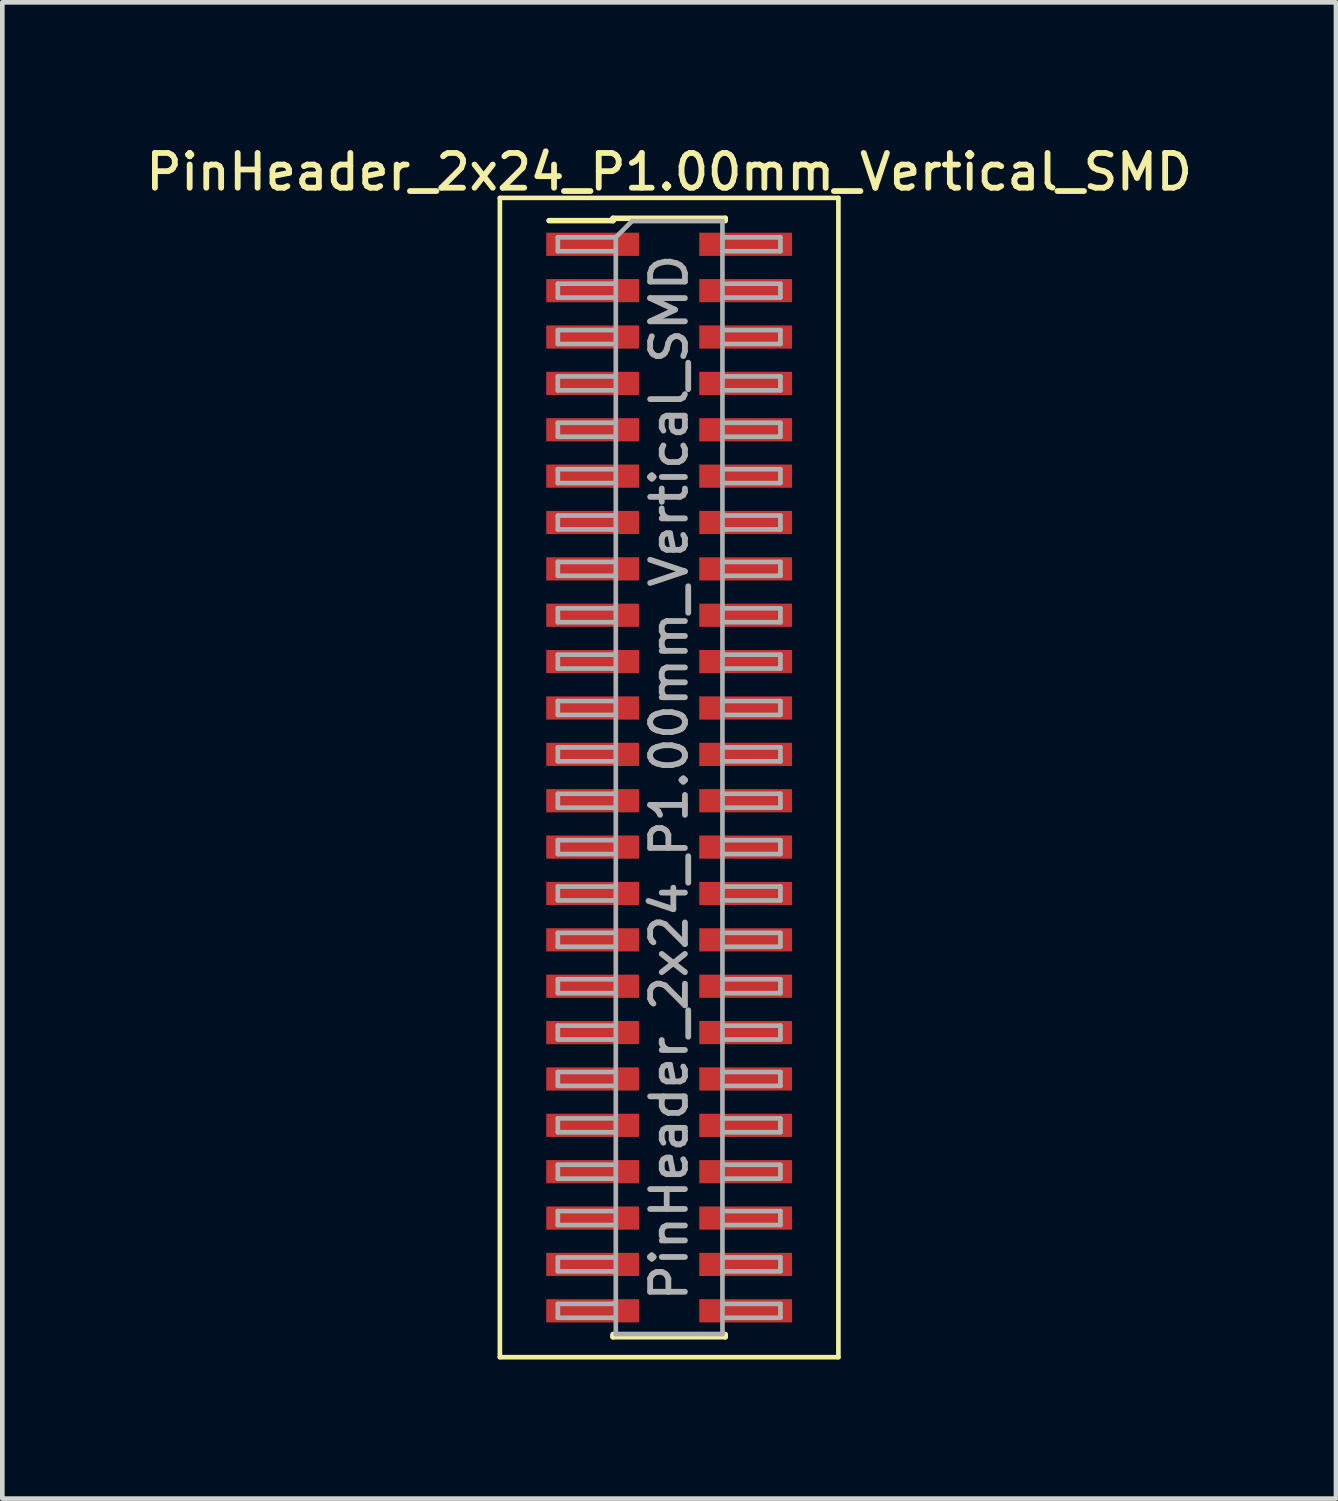
<source format=kicad_pcb>
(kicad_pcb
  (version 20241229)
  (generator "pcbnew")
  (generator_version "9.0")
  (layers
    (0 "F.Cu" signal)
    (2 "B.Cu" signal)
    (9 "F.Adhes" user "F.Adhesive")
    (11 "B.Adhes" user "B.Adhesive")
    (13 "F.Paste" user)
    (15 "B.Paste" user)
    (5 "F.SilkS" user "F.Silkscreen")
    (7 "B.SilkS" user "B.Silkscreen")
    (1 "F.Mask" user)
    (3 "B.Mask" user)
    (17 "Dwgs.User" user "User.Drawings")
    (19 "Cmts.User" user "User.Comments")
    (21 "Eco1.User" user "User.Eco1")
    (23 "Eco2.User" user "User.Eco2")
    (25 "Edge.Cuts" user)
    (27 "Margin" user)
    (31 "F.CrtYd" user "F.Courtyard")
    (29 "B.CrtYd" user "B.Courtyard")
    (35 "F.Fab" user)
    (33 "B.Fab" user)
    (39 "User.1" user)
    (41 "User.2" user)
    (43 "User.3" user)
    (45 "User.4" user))
  (footprint "PinHeader_2x24_P1.00mm_Vertical_SMD"
    (layer "F.Cu")
    (at 11.38 13.718)
    (property "Reference" "PinHeader_2x24_P1.00mm_Vertical_SMD" (at 0 -13.06 0) (layer "F.SilkS") (effects (font (size 0.75 0.75) (thickness 0.125))))
    (attr smd)
    (fp_line (start -3.65 -12.5) (end -3.65 12.5) (stroke (width 0.1) (type solid)) (layer "F.SilkS"))
    (fp_line (start -3.65 12.5) (end 3.65 12.5) (stroke (width 0.1) (type solid)) (layer "F.SilkS"))
    (fp_line (start -2.59 -12.01) (end -1.21 -12.01) (stroke (width 0.12) (type solid)) (layer "F.SilkS"))
    (fp_line (start -1.21 -12.06) (end -1.21 -12.01) (stroke (width 0.12) (type solid)) (layer "F.SilkS"))
    (fp_line (start -1.21 -12.06) (end 1.21 -12.06) (stroke (width 0.12) (type solid)) (layer "F.SilkS"))
    (fp_line (start -1.21 12.01) (end -1.21 12.06) (stroke (width 0.12) (type solid)) (layer "F.SilkS"))
    (fp_line (start -1.21 12.06) (end 1.21 12.06) (stroke (width 0.12) (type solid)) (layer "F.SilkS"))
    (fp_line (start 1.21 -12.06) (end 1.21 -12.01) (stroke (width 0.12) (type solid)) (layer "F.SilkS"))
    (fp_line (start 1.21 12.01) (end 1.21 12.06) (stroke (width 0.12) (type solid)) (layer "F.SilkS"))
    (fp_line (start 3.65 -12.5) (end -3.65 -12.5) (stroke (width 0.1) (type solid)) (layer "F.SilkS"))
    (fp_line (start 3.65 12.5) (end 3.65 -12.5) (stroke (width 0.1) (type solid)) (layer "F.SilkS"))
    (fp_line (start -2.4 -11.65) (end -2.4 -11.35) (stroke (width 0.1) (type solid)) (layer "F.Fab"))
    (fp_line (start -2.4 -11.35) (end -1.15 -11.35) (stroke (width 0.1) (type solid)) (layer "F.Fab"))
    (fp_line (start -2.4 -10.65) (end -2.4 -10.35) (stroke (width 0.1) (type solid)) (layer "F.Fab"))
    (fp_line (start -2.4 -10.35) (end -1.15 -10.35) (stroke (width 0.1) (type solid)) (layer "F.Fab"))
    (fp_line (start -2.4 -9.65) (end -2.4 -9.35) (stroke (width 0.1) (type solid)) (layer "F.Fab"))
    (fp_line (start -2.4 -9.35) (end -1.15 -9.35) (stroke (width 0.1) (type solid)) (layer "F.Fab"))
    (fp_line (start -2.4 -8.65) (end -2.4 -8.35) (stroke (width 0.1) (type solid)) (layer "F.Fab"))
    (fp_line (start -2.4 -8.35) (end -1.15 -8.35) (stroke (width 0.1) (type solid)) (layer "F.Fab"))
    (fp_line (start -2.4 -7.65) (end -2.4 -7.35) (stroke (width 0.1) (type solid)) (layer "F.Fab"))
    (fp_line (start -2.4 -7.35) (end -1.15 -7.35) (stroke (width 0.1) (type solid)) (layer "F.Fab"))
    (fp_line (start -2.4 -6.65) (end -2.4 -6.35) (stroke (width 0.1) (type solid)) (layer "F.Fab"))
    (fp_line (start -2.4 -6.35) (end -1.15 -6.35) (stroke (width 0.1) (type solid)) (layer "F.Fab"))
    (fp_line (start -2.4 -5.65) (end -2.4 -5.35) (stroke (width 0.1) (type solid)) (layer "F.Fab"))
    (fp_line (start -2.4 -5.35) (end -1.15 -5.35) (stroke (width 0.1) (type solid)) (layer "F.Fab"))
    (fp_line (start -2.4 -4.65) (end -2.4 -4.35) (stroke (width 0.1) (type solid)) (layer "F.Fab"))
    (fp_line (start -2.4 -4.35) (end -1.15 -4.35) (stroke (width 0.1) (type solid)) (layer "F.Fab"))
    (fp_line (start -2.4 -3.65) (end -2.4 -3.35) (stroke (width 0.1) (type solid)) (layer "F.Fab"))
    (fp_line (start -2.4 -3.35) (end -1.15 -3.35) (stroke (width 0.1) (type solid)) (layer "F.Fab"))
    (fp_line (start -2.4 -2.65) (end -2.4 -2.35) (stroke (width 0.1) (type solid)) (layer "F.Fab"))
    (fp_line (start -2.4 -2.35) (end -1.15 -2.35) (stroke (width 0.1) (type solid)) (layer "F.Fab"))
    (fp_line (start -2.4 -1.65) (end -2.4 -1.35) (stroke (width 0.1) (type solid)) (layer "F.Fab"))
    (fp_line (start -2.4 -1.35) (end -1.15 -1.35) (stroke (width 0.1) (type solid)) (layer "F.Fab"))
    (fp_line (start -2.4 -0.65) (end -2.4 -0.35) (stroke (width 0.1) (type solid)) (layer "F.Fab"))
    (fp_line (start -2.4 -0.35) (end -1.15 -0.35) (stroke (width 0.1) (type solid)) (layer "F.Fab"))
    (fp_line (start -2.4 0.35) (end -2.4 0.65) (stroke (width 0.1) (type solid)) (layer "F.Fab"))
    (fp_line (start -2.4 0.65) (end -1.15 0.65) (stroke (width 0.1) (type solid)) (layer "F.Fab"))
    (fp_line (start -2.4 1.35) (end -2.4 1.65) (stroke (width 0.1) (type solid)) (layer "F.Fab"))
    (fp_line (start -2.4 1.65) (end -1.15 1.65) (stroke (width 0.1) (type solid)) (layer "F.Fab"))
    (fp_line (start -2.4 2.35) (end -2.4 2.65) (stroke (width 0.1) (type solid)) (layer "F.Fab"))
    (fp_line (start -2.4 2.65) (end -1.15 2.65) (stroke (width 0.1) (type solid)) (layer "F.Fab"))
    (fp_line (start -2.4 3.35) (end -2.4 3.65) (stroke (width 0.1) (type solid)) (layer "F.Fab"))
    (fp_line (start -2.4 3.65) (end -1.15 3.65) (stroke (width 0.1) (type solid)) (layer "F.Fab"))
    (fp_line (start -2.4 4.35) (end -2.4 4.65) (stroke (width 0.1) (type solid)) (layer "F.Fab"))
    (fp_line (start -2.4 4.65) (end -1.15 4.65) (stroke (width 0.1) (type solid)) (layer "F.Fab"))
    (fp_line (start -2.4 5.35) (end -2.4 5.65) (stroke (width 0.1) (type solid)) (layer "F.Fab"))
    (fp_line (start -2.4 5.65) (end -1.15 5.65) (stroke (width 0.1) (type solid)) (layer "F.Fab"))
    (fp_line (start -2.4 6.35) (end -2.4 6.65) (stroke (width 0.1) (type solid)) (layer "F.Fab"))
    (fp_line (start -2.4 6.65) (end -1.15 6.65) (stroke (width 0.1) (type solid)) (layer "F.Fab"))
    (fp_line (start -2.4 7.35) (end -2.4 7.65) (stroke (width 0.1) (type solid)) (layer "F.Fab"))
    (fp_line (start -2.4 7.65) (end -1.15 7.65) (stroke (width 0.1) (type solid)) (layer "F.Fab"))
    (fp_line (start -2.4 8.35) (end -2.4 8.65) (stroke (width 0.1) (type solid)) (layer "F.Fab"))
    (fp_line (start -2.4 8.65) (end -1.15 8.65) (stroke (width 0.1) (type solid)) (layer "F.Fab"))
    (fp_line (start -2.4 9.35) (end -2.4 9.65) (stroke (width 0.1) (type solid)) (layer "F.Fab"))
    (fp_line (start -2.4 9.65) (end -1.15 9.65) (stroke (width 0.1) (type solid)) (layer "F.Fab"))
    (fp_line (start -2.4 10.35) (end -2.4 10.65) (stroke (width 0.1) (type solid)) (layer "F.Fab"))
    (fp_line (start -2.4 10.65) (end -1.15 10.65) (stroke (width 0.1) (type solid)) (layer "F.Fab"))
    (fp_line (start -2.4 11.35) (end -2.4 11.65) (stroke (width 0.1) (type solid)) (layer "F.Fab"))
    (fp_line (start -2.4 11.65) (end -1.15 11.65) (stroke (width 0.1) (type solid)) (layer "F.Fab"))
    (fp_line (start -1.15 -11.65) (end -2.4 -11.65) (stroke (width 0.1) (type solid)) (layer "F.Fab"))
    (fp_line (start -1.15 -11.65) (end -0.8 -12) (stroke (width 0.1) (type solid)) (layer "F.Fab"))
    (fp_line (start -1.15 -10.65) (end -2.4 -10.65) (stroke (width 0.1) (type solid)) (layer "F.Fab"))
    (fp_line (start -1.15 -9.65) (end -2.4 -9.65) (stroke (width 0.1) (type solid)) (layer "F.Fab"))
    (fp_line (start -1.15 -8.65) (end -2.4 -8.65) (stroke (width 0.1) (type solid)) (layer "F.Fab"))
    (fp_line (start -1.15 -7.65) (end -2.4 -7.65) (stroke (width 0.1) (type solid)) (layer "F.Fab"))
    (fp_line (start -1.15 -6.65) (end -2.4 -6.65) (stroke (width 0.1) (type solid)) (layer "F.Fab"))
    (fp_line (start -1.15 -5.65) (end -2.4 -5.65) (stroke (width 0.1) (type solid)) (layer "F.Fab"))
    (fp_line (start -1.15 -4.65) (end -2.4 -4.65) (stroke (width 0.1) (type solid)) (layer "F.Fab"))
    (fp_line (start -1.15 -3.65) (end -2.4 -3.65) (stroke (width 0.1) (type solid)) (layer "F.Fab"))
    (fp_line (start -1.15 -2.65) (end -2.4 -2.65) (stroke (width 0.1) (type solid)) (layer "F.Fab"))
    (fp_line (start -1.15 -1.65) (end -2.4 -1.65) (stroke (width 0.1) (type solid)) (layer "F.Fab"))
    (fp_line (start -1.15 -0.65) (end -2.4 -0.65) (stroke (width 0.1) (type solid)) (layer "F.Fab"))
    (fp_line (start -1.15 0.35) (end -2.4 0.35) (stroke (width 0.1) (type solid)) (layer "F.Fab"))
    (fp_line (start -1.15 1.35) (end -2.4 1.35) (stroke (width 0.1) (type solid)) (layer "F.Fab"))
    (fp_line (start -1.15 2.35) (end -2.4 2.35) (stroke (width 0.1) (type solid)) (layer "F.Fab"))
    (fp_line (start -1.15 3.35) (end -2.4 3.35) (stroke (width 0.1) (type solid)) (layer "F.Fab"))
    (fp_line (start -1.15 4.35) (end -2.4 4.35) (stroke (width 0.1) (type solid)) (layer "F.Fab"))
    (fp_line (start -1.15 5.35) (end -2.4 5.35) (stroke (width 0.1) (type solid)) (layer "F.Fab"))
    (fp_line (start -1.15 6.35) (end -2.4 6.35) (stroke (width 0.1) (type solid)) (layer "F.Fab"))
    (fp_line (start -1.15 7.35) (end -2.4 7.35) (stroke (width 0.1) (type solid)) (layer "F.Fab"))
    (fp_line (start -1.15 8.35) (end -2.4 8.35) (stroke (width 0.1) (type solid)) (layer "F.Fab"))
    (fp_line (start -1.15 9.35) (end -2.4 9.35) (stroke (width 0.1) (type solid)) (layer "F.Fab"))
    (fp_line (start -1.15 10.35) (end -2.4 10.35) (stroke (width 0.1) (type solid)) (layer "F.Fab"))
    (fp_line (start -1.15 11.35) (end -2.4 11.35) (stroke (width 0.1) (type solid)) (layer "F.Fab"))
    (fp_line (start -1.15 12) (end -1.15 -11.65) (stroke (width 0.1) (type solid)) (layer "F.Fab"))
    (fp_line (start -0.8 -12) (end 1.15 -12) (stroke (width 0.1) (type solid)) (layer "F.Fab"))
    (fp_line (start 1.15 -12) (end 1.15 12) (stroke (width 0.1) (type solid)) (layer "F.Fab"))
    (fp_line (start 1.15 -11.65) (end 2.4 -11.65) (stroke (width 0.1) (type solid)) (layer "F.Fab"))
    (fp_line (start 1.15 -10.65) (end 2.4 -10.65) (stroke (width 0.1) (type solid)) (layer "F.Fab"))
    (fp_line (start 1.15 -9.65) (end 2.4 -9.65) (stroke (width 0.1) (type solid)) (layer "F.Fab"))
    (fp_line (start 1.15 -8.65) (end 2.4 -8.65) (stroke (width 0.1) (type solid)) (layer "F.Fab"))
    (fp_line (start 1.15 -7.65) (end 2.4 -7.65) (stroke (width 0.1) (type solid)) (layer "F.Fab"))
    (fp_line (start 1.15 -6.65) (end 2.4 -6.65) (stroke (width 0.1) (type solid)) (layer "F.Fab"))
    (fp_line (start 1.15 -5.65) (end 2.4 -5.65) (stroke (width 0.1) (type solid)) (layer "F.Fab"))
    (fp_line (start 1.15 -4.65) (end 2.4 -4.65) (stroke (width 0.1) (type solid)) (layer "F.Fab"))
    (fp_line (start 1.15 -3.65) (end 2.4 -3.65) (stroke (width 0.1) (type solid)) (layer "F.Fab"))
    (fp_line (start 1.15 -2.65) (end 2.4 -2.65) (stroke (width 0.1) (type solid)) (layer "F.Fab"))
    (fp_line (start 1.15 -1.65) (end 2.4 -1.65) (stroke (width 0.1) (type solid)) (layer "F.Fab"))
    (fp_line (start 1.15 -0.65) (end 2.4 -0.65) (stroke (width 0.1) (type solid)) (layer "F.Fab"))
    (fp_line (start 1.15 0.35) (end 2.4 0.35) (stroke (width 0.1) (type solid)) (layer "F.Fab"))
    (fp_line (start 1.15 1.35) (end 2.4 1.35) (stroke (width 0.1) (type solid)) (layer "F.Fab"))
    (fp_line (start 1.15 2.35) (end 2.4 2.35) (stroke (width 0.1) (type solid)) (layer "F.Fab"))
    (fp_line (start 1.15 3.35) (end 2.4 3.35) (stroke (width 0.1) (type solid)) (layer "F.Fab"))
    (fp_line (start 1.15 4.35) (end 2.4 4.35) (stroke (width 0.1) (type solid)) (layer "F.Fab"))
    (fp_line (start 1.15 5.35) (end 2.4 5.35) (stroke (width 0.1) (type solid)) (layer "F.Fab"))
    (fp_line (start 1.15 6.35) (end 2.4 6.35) (stroke (width 0.1) (type solid)) (layer "F.Fab"))
    (fp_line (start 1.15 7.35) (end 2.4 7.35) (stroke (width 0.1) (type solid)) (layer "F.Fab"))
    (fp_line (start 1.15 8.35) (end 2.4 8.35) (stroke (width 0.1) (type solid)) (layer "F.Fab"))
    (fp_line (start 1.15 9.35) (end 2.4 9.35) (stroke (width 0.1) (type solid)) (layer "F.Fab"))
    (fp_line (start 1.15 10.35) (end 2.4 10.35) (stroke (width 0.1) (type solid)) (layer "F.Fab"))
    (fp_line (start 1.15 11.35) (end 2.4 11.35) (stroke (width 0.1) (type solid)) (layer "F.Fab"))
    (fp_line (start 1.15 12) (end -1.15 12) (stroke (width 0.1) (type solid)) (layer "F.Fab"))
    (fp_line (start 2.4 -11.65) (end 2.4 -11.35) (stroke (width 0.1) (type solid)) (layer "F.Fab"))
    (fp_line (start 2.4 -11.35) (end 1.15 -11.35) (stroke (width 0.1) (type solid)) (layer "F.Fab"))
    (fp_line (start 2.4 -10.65) (end 2.4 -10.35) (stroke (width 0.1) (type solid)) (layer "F.Fab"))
    (fp_line (start 2.4 -10.35) (end 1.15 -10.35) (stroke (width 0.1) (type solid)) (layer "F.Fab"))
    (fp_line (start 2.4 -9.65) (end 2.4 -9.35) (stroke (width 0.1) (type solid)) (layer "F.Fab"))
    (fp_line (start 2.4 -9.35) (end 1.15 -9.35) (stroke (width 0.1) (type solid)) (layer "F.Fab"))
    (fp_line (start 2.4 -8.65) (end 2.4 -8.35) (stroke (width 0.1) (type solid)) (layer "F.Fab"))
    (fp_line (start 2.4 -8.35) (end 1.15 -8.35) (stroke (width 0.1) (type solid)) (layer "F.Fab"))
    (fp_line (start 2.4 -7.65) (end 2.4 -7.35) (stroke (width 0.1) (type solid)) (layer "F.Fab"))
    (fp_line (start 2.4 -7.35) (end 1.15 -7.35) (stroke (width 0.1) (type solid)) (layer "F.Fab"))
    (fp_line (start 2.4 -6.65) (end 2.4 -6.35) (stroke (width 0.1) (type solid)) (layer "F.Fab"))
    (fp_line (start 2.4 -6.35) (end 1.15 -6.35) (stroke (width 0.1) (type solid)) (layer "F.Fab"))
    (fp_line (start 2.4 -5.65) (end 2.4 -5.35) (stroke (width 0.1) (type solid)) (layer "F.Fab"))
    (fp_line (start 2.4 -5.35) (end 1.15 -5.35) (stroke (width 0.1) (type solid)) (layer "F.Fab"))
    (fp_line (start 2.4 -4.65) (end 2.4 -4.35) (stroke (width 0.1) (type solid)) (layer "F.Fab"))
    (fp_line (start 2.4 -4.35) (end 1.15 -4.35) (stroke (width 0.1) (type solid)) (layer "F.Fab"))
    (fp_line (start 2.4 -3.65) (end 2.4 -3.35) (stroke (width 0.1) (type solid)) (layer "F.Fab"))
    (fp_line (start 2.4 -3.35) (end 1.15 -3.35) (stroke (width 0.1) (type solid)) (layer "F.Fab"))
    (fp_line (start 2.4 -2.65) (end 2.4 -2.35) (stroke (width 0.1) (type solid)) (layer "F.Fab"))
    (fp_line (start 2.4 -2.35) (end 1.15 -2.35) (stroke (width 0.1) (type solid)) (layer "F.Fab"))
    (fp_line (start 2.4 -1.65) (end 2.4 -1.35) (stroke (width 0.1) (type solid)) (layer "F.Fab"))
    (fp_line (start 2.4 -1.35) (end 1.15 -1.35) (stroke (width 0.1) (type solid)) (layer "F.Fab"))
    (fp_line (start 2.4 -0.65) (end 2.4 -0.35) (stroke (width 0.1) (type solid)) (layer "F.Fab"))
    (fp_line (start 2.4 -0.35) (end 1.15 -0.35) (stroke (width 0.1) (type solid)) (layer "F.Fab"))
    (fp_line (start 2.4 0.35) (end 2.4 0.65) (stroke (width 0.1) (type solid)) (layer "F.Fab"))
    (fp_line (start 2.4 0.65) (end 1.15 0.65) (stroke (width 0.1) (type solid)) (layer "F.Fab"))
    (fp_line (start 2.4 1.35) (end 2.4 1.65) (stroke (width 0.1) (type solid)) (layer "F.Fab"))
    (fp_line (start 2.4 1.65) (end 1.15 1.65) (stroke (width 0.1) (type solid)) (layer "F.Fab"))
    (fp_line (start 2.4 2.35) (end 2.4 2.65) (stroke (width 0.1) (type solid)) (layer "F.Fab"))
    (fp_line (start 2.4 2.65) (end 1.15 2.65) (stroke (width 0.1) (type solid)) (layer "F.Fab"))
    (fp_line (start 2.4 3.35) (end 2.4 3.65) (stroke (width 0.1) (type solid)) (layer "F.Fab"))
    (fp_line (start 2.4 3.65) (end 1.15 3.65) (stroke (width 0.1) (type solid)) (layer "F.Fab"))
    (fp_line (start 2.4 4.35) (end 2.4 4.65) (stroke (width 0.1) (type solid)) (layer "F.Fab"))
    (fp_line (start 2.4 4.65) (end 1.15 4.65) (stroke (width 0.1) (type solid)) (layer "F.Fab"))
    (fp_line (start 2.4 5.35) (end 2.4 5.65) (stroke (width 0.1) (type solid)) (layer "F.Fab"))
    (fp_line (start 2.4 5.65) (end 1.15 5.65) (stroke (width 0.1) (type solid)) (layer "F.Fab"))
    (fp_line (start 2.4 6.35) (end 2.4 6.65) (stroke (width 0.1) (type solid)) (layer "F.Fab"))
    (fp_line (start 2.4 6.65) (end 1.15 6.65) (stroke (width 0.1) (type solid)) (layer "F.Fab"))
    (fp_line (start 2.4 7.35) (end 2.4 7.65) (stroke (width 0.1) (type solid)) (layer "F.Fab"))
    (fp_line (start 2.4 7.65) (end 1.15 7.65) (stroke (width 0.1) (type solid)) (layer "F.Fab"))
    (fp_line (start 2.4 8.35) (end 2.4 8.65) (stroke (width 0.1) (type solid)) (layer "F.Fab"))
    (fp_line (start 2.4 8.65) (end 1.15 8.65) (stroke (width 0.1) (type solid)) (layer "F.Fab"))
    (fp_line (start 2.4 9.35) (end 2.4 9.65) (stroke (width 0.1) (type solid)) (layer "F.Fab"))
    (fp_line (start 2.4 9.65) (end 1.15 9.65) (stroke (width 0.1) (type solid)) (layer "F.Fab"))
    (fp_line (start 2.4 10.35) (end 2.4 10.65) (stroke (width 0.1) (type solid)) (layer "F.Fab"))
    (fp_line (start 2.4 10.65) (end 1.15 10.65) (stroke (width 0.1) (type solid)) (layer "F.Fab"))
    (fp_line (start 2.4 11.35) (end 2.4 11.65) (stroke (width 0.1) (type solid)) (layer "F.Fab"))
    (fp_line (start 2.4 11.65) (end 1.15 11.65) (stroke (width 0.1) (type solid)) (layer "F.Fab"))
    (fp_text user "${REFERENCE}" (at 0 0 90) (layer "F.Fab") (effects (font (size 0.75 0.75) (thickness 0.125))))
    (pad "1" smd rect (at -1.65 -11.5) (size 2 0.5) (layers "F.Cu" "F.Mask" "F.Paste"))
    (pad "2" smd rect (at 1.65 -11.5) (size 2 0.5) (layers "F.Cu" "F.Mask" "F.Paste"))
    (pad "3" smd rect (at -1.65 -10.5) (size 2 0.5) (layers "F.Cu" "F.Mask" "F.Paste"))
    (pad "4" smd rect (at 1.65 -10.5) (size 2 0.5) (layers "F.Cu" "F.Mask" "F.Paste"))
    (pad "5" smd rect (at -1.65 -9.5) (size 2 0.5) (layers "F.Cu" "F.Mask" "F.Paste"))
    (pad "6" smd rect (at 1.65 -9.5) (size 2 0.5) (layers "F.Cu" "F.Mask" "F.Paste"))
    (pad "7" smd rect (at -1.65 -8.5) (size 2 0.5) (layers "F.Cu" "F.Mask" "F.Paste"))
    (pad "8" smd rect (at 1.65 -8.5) (size 2 0.5) (layers "F.Cu" "F.Mask" "F.Paste"))
    (pad "9" smd rect (at -1.65 -7.5) (size 2 0.5) (layers "F.Cu" "F.Mask" "F.Paste"))
    (pad "10" smd rect (at 1.65 -7.5) (size 2 0.5) (layers "F.Cu" "F.Mask" "F.Paste"))
    (pad "11" smd rect (at -1.65 -6.5) (size 2 0.5) (layers "F.Cu" "F.Mask" "F.Paste"))
    (pad "12" smd rect (at 1.65 -6.5) (size 2 0.5) (layers "F.Cu" "F.Mask" "F.Paste"))
    (pad "13" smd rect (at -1.65 -5.5) (size 2 0.5) (layers "F.Cu" "F.Mask" "F.Paste"))
    (pad "14" smd rect (at 1.65 -5.5) (size 2 0.5) (layers "F.Cu" "F.Mask" "F.Paste"))
    (pad "15" smd rect (at -1.65 -4.5) (size 2 0.5) (layers "F.Cu" "F.Mask" "F.Paste"))
    (pad "16" smd rect (at 1.65 -4.5) (size 2 0.5) (layers "F.Cu" "F.Mask" "F.Paste"))
    (pad "17" smd rect (at -1.65 -3.5) (size 2 0.5) (layers "F.Cu" "F.Mask" "F.Paste"))
    (pad "18" smd rect (at 1.65 -3.5) (size 2 0.5) (layers "F.Cu" "F.Mask" "F.Paste"))
    (pad "19" smd rect (at -1.65 -2.5) (size 2 0.5) (layers "F.Cu" "F.Mask" "F.Paste"))
    (pad "20" smd rect (at 1.65 -2.5) (size 2 0.5) (layers "F.Cu" "F.Mask" "F.Paste"))
    (pad "21" smd rect (at -1.65 -1.5) (size 2 0.5) (layers "F.Cu" "F.Mask" "F.Paste"))
    (pad "22" smd rect (at 1.65 -1.5) (size 2 0.5) (layers "F.Cu" "F.Mask" "F.Paste"))
    (pad "23" smd rect (at -1.65 -0.5) (size 2 0.5) (layers "F.Cu" "F.Mask" "F.Paste"))
    (pad "24" smd rect (at 1.65 -0.5) (size 2 0.5) (layers "F.Cu" "F.Mask" "F.Paste"))
    (pad "25" smd rect (at -1.65 0.5) (size 2 0.5) (layers "F.Cu" "F.Mask" "F.Paste"))
    (pad "26" smd rect (at 1.65 0.5) (size 2 0.5) (layers "F.Cu" "F.Mask" "F.Paste"))
    (pad "27" smd rect (at -1.65 1.5) (size 2 0.5) (layers "F.Cu" "F.Mask" "F.Paste"))
    (pad "28" smd rect (at 1.65 1.5) (size 2 0.5) (layers "F.Cu" "F.Mask" "F.Paste"))
    (pad "29" smd rect (at -1.65 2.5) (size 2 0.5) (layers "F.Cu" "F.Mask" "F.Paste"))
    (pad "30" smd rect (at 1.65 2.5) (size 2 0.5) (layers "F.Cu" "F.Mask" "F.Paste"))
    (pad "31" smd rect (at -1.65 3.5) (size 2 0.5) (layers "F.Cu" "F.Mask" "F.Paste"))
    (pad "32" smd rect (at 1.65 3.5) (size 2 0.5) (layers "F.Cu" "F.Mask" "F.Paste"))
    (pad "33" smd rect (at -1.65 4.5) (size 2 0.5) (layers "F.Cu" "F.Mask" "F.Paste"))
    (pad "34" smd rect (at 1.65 4.5) (size 2 0.5) (layers "F.Cu" "F.Mask" "F.Paste"))
    (pad "35" smd rect (at -1.65 5.5) (size 2 0.5) (layers "F.Cu" "F.Mask" "F.Paste"))
    (pad "36" smd rect (at 1.65 5.5) (size 2 0.5) (layers "F.Cu" "F.Mask" "F.Paste"))
    (pad "37" smd rect (at -1.65 6.5) (size 2 0.5) (layers "F.Cu" "F.Mask" "F.Paste"))
    (pad "38" smd rect (at 1.65 6.5) (size 2 0.5) (layers "F.Cu" "F.Mask" "F.Paste"))
    (pad "39" smd rect (at -1.65 7.5) (size 2 0.5) (layers "F.Cu" "F.Mask" "F.Paste"))
    (pad "40" smd rect (at 1.65 7.5) (size 2 0.5) (layers "F.Cu" "F.Mask" "F.Paste"))
    (pad "41" smd rect (at -1.65 8.5) (size 2 0.5) (layers "F.Cu" "F.Mask" "F.Paste"))
    (pad "42" smd rect (at 1.65 8.5) (size 2 0.5) (layers "F.Cu" "F.Mask" "F.Paste"))
    (pad "43" smd rect (at -1.65 9.5) (size 2 0.5) (layers "F.Cu" "F.Mask" "F.Paste"))
    (pad "44" smd rect (at 1.65 9.5) (size 2 0.5) (layers "F.Cu" "F.Mask" "F.Paste"))
    (pad "45" smd rect (at -1.65 10.5) (size 2 0.5) (layers "F.Cu" "F.Mask" "F.Paste"))
    (pad "46" smd rect (at 1.65 10.5) (size 2 0.5) (layers "F.Cu" "F.Mask" "F.Paste"))
    (pad "47" smd rect (at -1.65 11.5) (size 2 0.5) (layers "F.Cu" "F.Mask" "F.Paste"))
    (pad "48" smd rect (at 1.65 11.5) (size 2 0.5) (layers "F.Cu" "F.Mask" "F.Paste")))
  (gr_rect
    (start -3 -3)
    (end 25.761 29.268)
    (stroke (width 0.1) (type default))
    (fill no)
    (layer "Edge.Cuts")))
</source>
